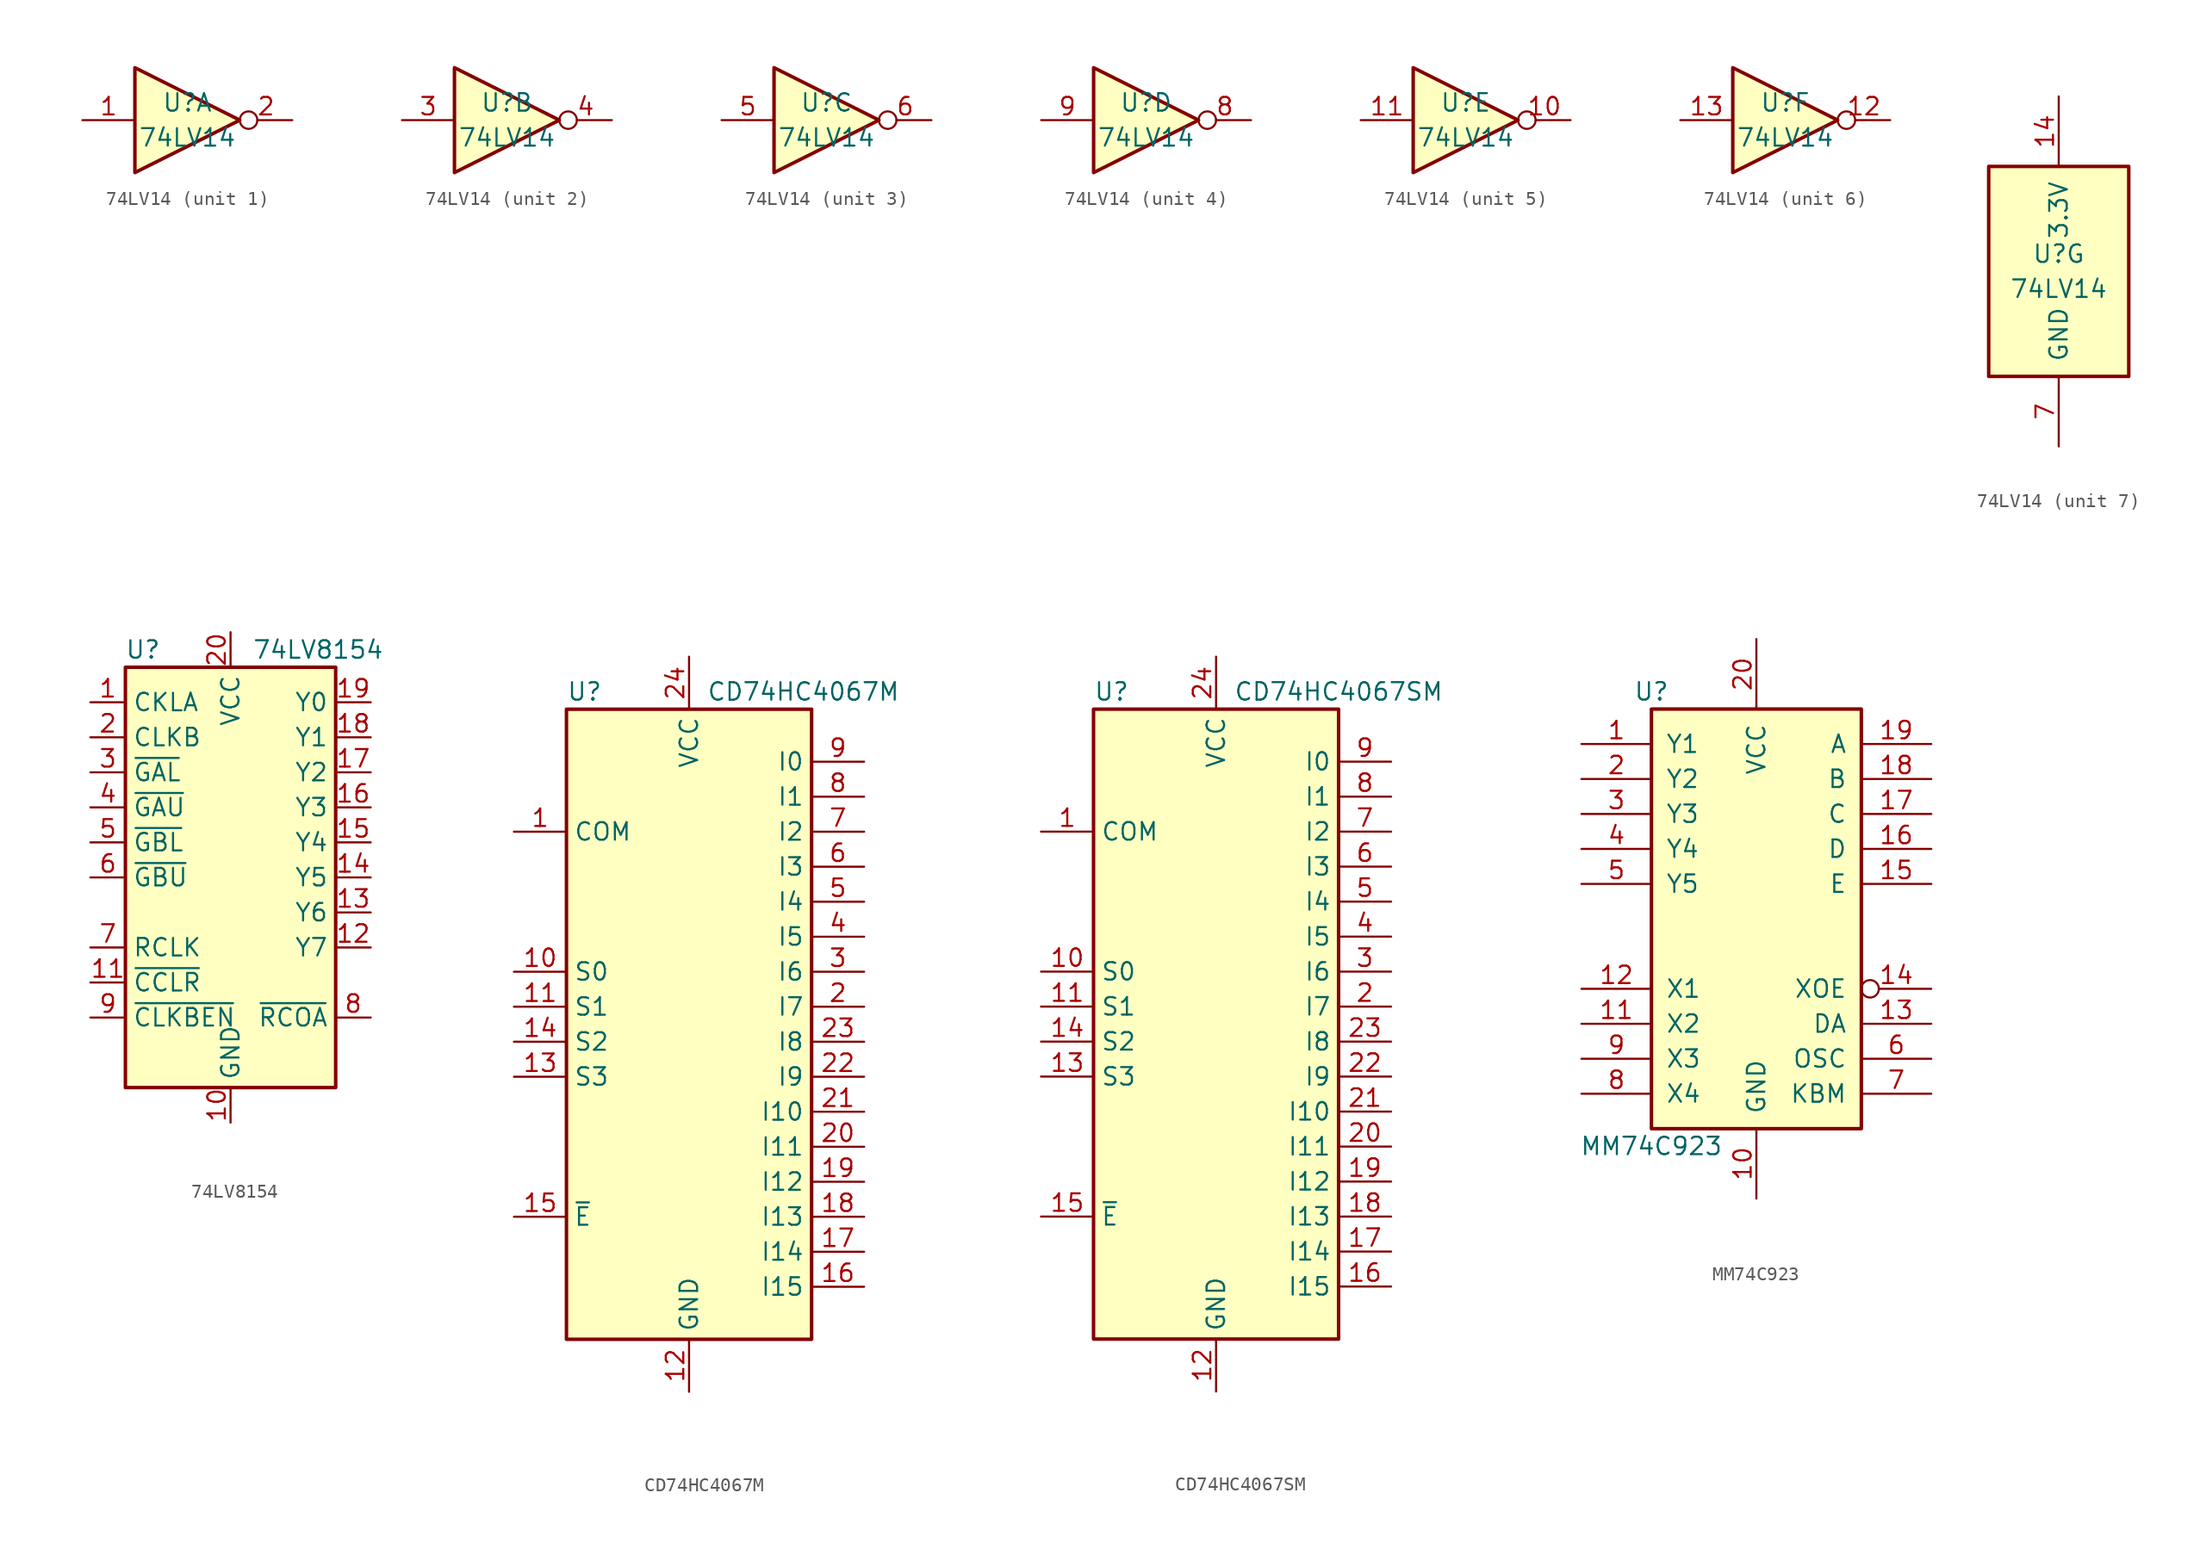
<source format=kicad_sym>
(kicad_symbol_lib
  (version 20201005)
  (generator kicad_symbol_editor)
  (symbol "74LV14"
    (pin_names
      (offset 1.016))
    (property "Reference" "U"
      (at 0 1.27 0)
      (effects (font (size 1.27 1.27))))
    (property "Value" "74LV14"
      (at 0 -1.27 0)
      (effects (font (size 1.27 1.27))))
    (property "ki_locked" ""
      (at 0 0 0)
      (effects (font (size 1.27 1.27))))
    (symbol "74LV14_1_0"
      (polyline (pts (xy -3.81 3.81) (xy -3.81 -3.81) (xy 3.81 0) (xy -3.81 3.81)) (stroke (width 0.254)) (fill (type background)))
      (pin input line (at -7.62 0 0) (length 3.81) (name "~" (effects (font (size 1.27 1.27)))) (number "1" (effects (font (size 1.27 1.27)))))
      (pin output inverted (at 7.62 0 180) (length 3.81) (name "~" (effects (font (size 1.27 1.27)))) (number "2" (effects (font (size 1.27 1.27))))))
    (symbol "74LV14_2_0"
      (polyline (pts (xy -3.81 3.81) (xy -3.81 -3.81) (xy 3.81 0) (xy -3.81 3.81)) (stroke (width 0.254)) (fill (type background)))
      (pin input line (at -7.62 0 0) (length 3.81) (name "~" (effects (font (size 1.27 1.27)))) (number "3" (effects (font (size 1.27 1.27)))))
      (pin output inverted (at 7.62 0 180) (length 3.81) (name "~" (effects (font (size 1.27 1.27)))) (number "4" (effects (font (size 1.27 1.27))))))
    (symbol "74LV14_3_0"
      (polyline (pts (xy -3.81 3.81) (xy -3.81 -3.81) (xy 3.81 0) (xy -3.81 3.81)) (stroke (width 0.254)) (fill (type background)))
      (pin input line (at -7.62 0 0) (length 3.81) (name "~" (effects (font (size 1.27 1.27)))) (number "5" (effects (font (size 1.27 1.27)))))
      (pin output inverted (at 7.62 0 180) (length 3.81) (name "~" (effects (font (size 1.27 1.27)))) (number "6" (effects (font (size 1.27 1.27))))))
    (symbol "74LV14_4_0"
      (polyline (pts (xy -3.81 3.81) (xy -3.81 -3.81) (xy 3.81 0) (xy -3.81 3.81)) (stroke (width 0.254)) (fill (type background)))
      (pin output inverted (at 7.62 0 180) (length 3.81) (name "~" (effects (font (size 1.27 1.27)))) (number "8" (effects (font (size 1.27 1.27)))))
      (pin input line (at -7.62 0 0) (length 3.81) (name "~" (effects (font (size 1.27 1.27)))) (number "9" (effects (font (size 1.27 1.27))))))
    (symbol "74LV14_5_0"
      (polyline (pts (xy -3.81 3.81) (xy -3.81 -3.81) (xy 3.81 0) (xy -3.81 3.81)) (stroke (width 0.254)) (fill (type background)))
      (pin output inverted (at 7.62 0 180) (length 3.81) (name "~" (effects (font (size 1.27 1.27)))) (number "10" (effects (font (size 1.27 1.27)))))
      (pin input line (at -7.62 0 0) (length 3.81) (name "~" (effects (font (size 1.27 1.27)))) (number "11" (effects (font (size 1.27 1.27))))))
    (symbol "74LV14_6_0"
      (polyline (pts (xy -3.81 3.81) (xy -3.81 -3.81) (xy 3.81 0) (xy -3.81 3.81)) (stroke (width 0.254)) (fill (type background)))
      (pin output inverted (at 7.62 0 180) (length 3.81) (name "~" (effects (font (size 1.27 1.27)))) (number "12" (effects (font (size 1.27 1.27)))))
      (pin input line (at -7.62 0 0) (length 3.81) (name "~" (effects (font (size 1.27 1.27)))) (number "13" (effects (font (size 1.27 1.27))))))
    (symbol "74LV14_7_0"
      (pin power_in line (at 0 12.7 270) (length 5.08) (name "3.3V" (effects (font (size 1.27 1.27)))) (number "14" (effects (font (size 1.27 1.27)))))
      (pin power_in line (at 0 -12.7 90) (length 5.08) (name "GND" (effects (font (size 1.27 1.27)))) (number "7" (effects (font (size 1.27 1.27))))))
    (symbol "74LV14_7_1"
      (rectangle (start -5.08 7.62) (end 5.08 -7.62) (stroke (width 0.254)) (fill (type background)))))
  (symbol "74LV8154"
    (property "Reference" "U"
      (at -6.35 16.51 0)
      (effects (font (size 1.27 1.27))))
    (property "Value" "74LV8154"
      (at 6.35 16.51 0)
      (effects (font (size 1.27 1.27))))
    (symbol "74LV8154_0_1"
      (rectangle (start -7.62 15.24) (end 7.62 -15.24) (stroke (width 0.254)) (fill (type background))))
    (symbol "74LV8154_1_1"
      (pin input line (at -10.16 12.7 0) (length 2.54) (name "CKLA" (effects (font (size 1.27 1.27)))) (number "1" (effects (font (size 1.27 1.27)))))
      (pin power_in line (at 0 -17.78 90) (length 2.54) (name "GND" (effects (font (size 1.27 1.27)))) (number "10" (effects (font (size 1.27 1.27)))))
      (pin input line (at -10.16 -7.62 0) (length 2.54) (name "~CCLR" (effects (font (size 1.27 1.27)))) (number "11" (effects (font (size 1.27 1.27)))))
      (pin output line (at 10.16 -5.08 180) (length 2.54) (name "Y7" (effects (font (size 1.27 1.27)))) (number "12" (effects (font (size 1.27 1.27)))))
      (pin output line (at 10.16 -2.54 180) (length 2.54) (name "Y6" (effects (font (size 1.27 1.27)))) (number "13" (effects (font (size 1.27 1.27)))))
      (pin output line (at 10.16 0 180) (length 2.54) (name "Y5" (effects (font (size 1.27 1.27)))) (number "14" (effects (font (size 1.27 1.27)))))
      (pin output line (at 10.16 2.54 180) (length 2.54) (name "Y4" (effects (font (size 1.27 1.27)))) (number "15" (effects (font (size 1.27 1.27)))))
      (pin output line (at 10.16 5.08 180) (length 2.54) (name "Y3" (effects (font (size 1.27 1.27)))) (number "16" (effects (font (size 1.27 1.27)))))
      (pin output line (at 10.16 7.62 180) (length 2.54) (name "Y2" (effects (font (size 1.27 1.27)))) (number "17" (effects (font (size 1.27 1.27)))))
      (pin output line (at 10.16 10.16 180) (length 2.54) (name "Y1" (effects (font (size 1.27 1.27)))) (number "18" (effects (font (size 1.27 1.27)))))
      (pin output line (at 10.16 12.7 180) (length 2.54) (name "Y0" (effects (font (size 1.27 1.27)))) (number "19" (effects (font (size 1.27 1.27)))))
      (pin input line (at -10.16 10.16 0) (length 2.54) (name "CLKB" (effects (font (size 1.27 1.27)))) (number "2" (effects (font (size 1.27 1.27)))))
      (pin power_in line (at 0 17.78 270) (length 2.54) (name "VCC" (effects (font (size 1.27 1.27)))) (number "20" (effects (font (size 1.27 1.27)))))
      (pin input line (at -10.16 7.62 0) (length 2.54) (name "~GAL" (effects (font (size 1.27 1.27)))) (number "3" (effects (font (size 1.27 1.27)))))
      (pin input line (at -10.16 5.08 0) (length 2.54) (name "~GAU" (effects (font (size 1.27 1.27)))) (number "4" (effects (font (size 1.27 1.27)))))
      (pin input line (at -10.16 2.54 0) (length 2.54) (name "~GBL" (effects (font (size 1.27 1.27)))) (number "5" (effects (font (size 1.27 1.27)))))
      (pin input line (at -10.16 0 0) (length 2.54) (name "~GBU" (effects (font (size 1.27 1.27)))) (number "6" (effects (font (size 1.27 1.27)))))
      (pin input line (at -10.16 -5.08 0) (length 2.54) (name "RCLK" (effects (font (size 1.27 1.27)))) (number "7" (effects (font (size 1.27 1.27)))))
      (pin output line (at 10.16 -10.16 180) (length 2.54) (name "~RCOA" (effects (font (size 1.27 1.27)))) (number "8" (effects (font (size 1.27 1.27)))))
      (pin input line (at -10.16 -10.16 0) (length 2.54) (name "~CLKBEN" (effects (font (size 1.27 1.27)))) (number "9" (effects (font (size 1.27 1.27)))))))
  (symbol "CD74HC4067M"
    (property "Reference" "U"
      (at -8.89 22.86 0)
      (effects (font (size 1.27 1.27)) (justify left)))
    (property "Value" "CD74HC4067M"
      (at 1.27 22.86 0)
      (effects (font (size 1.27 1.27)) (justify left)))
    (symbol "CD74HC4067M_0_1"
      (rectangle (start -8.89 21.59) (end 8.89 -24.13) (stroke (width 0.254)) (fill (type background))))
    (symbol "CD74HC4067M_1_1"
      (pin passive line (at -12.7 12.7 0) (length 3.81) (name "COM" (effects (font (size 1.27 1.27)))) (number "1" (effects (font (size 1.27 1.27)))))
      (pin input line (at -12.7 2.54 0) (length 3.81) (name "S0" (effects (font (size 1.27 1.27)))) (number "10" (effects (font (size 1.27 1.27)))))
      (pin input line (at -12.7 0 0) (length 3.81) (name "S1" (effects (font (size 1.27 1.27)))) (number "11" (effects (font (size 1.27 1.27)))))
      (pin power_in line (at 0 -27.94 90) (length 3.81) (name "GND" (effects (font (size 1.27 1.27)))) (number "12" (effects (font (size 1.27 1.27)))))
      (pin input line (at -12.7 -5.08 0) (length 3.81) (name "S3" (effects (font (size 1.27 1.27)))) (number "13" (effects (font (size 1.27 1.27)))))
      (pin input line (at -12.7 -2.54 0) (length 3.81) (name "S2" (effects (font (size 1.27 1.27)))) (number "14" (effects (font (size 1.27 1.27)))))
      (pin input line (at -12.7 -15.24 0) (length 3.81) (name "~E" (effects (font (size 1.27 1.27)))) (number "15" (effects (font (size 1.27 1.27)))))
      (pin passive line (at 12.7 -20.32 180) (length 3.81) (name "I15" (effects (font (size 1.27 1.27)))) (number "16" (effects (font (size 1.27 1.27)))))
      (pin passive line (at 12.7 -17.78 180) (length 3.81) (name "I14" (effects (font (size 1.27 1.27)))) (number "17" (effects (font (size 1.27 1.27)))))
      (pin passive line (at 12.7 -15.24 180) (length 3.81) (name "I13" (effects (font (size 1.27 1.27)))) (number "18" (effects (font (size 1.27 1.27)))))
      (pin passive line (at 12.7 -12.7 180) (length 3.81) (name "I12" (effects (font (size 1.27 1.27)))) (number "19" (effects (font (size 1.27 1.27)))))
      (pin passive line (at 12.7 0 180) (length 3.81) (name "I7" (effects (font (size 1.27 1.27)))) (number "2" (effects (font (size 1.27 1.27)))))
      (pin passive line (at 12.7 -10.16 180) (length 3.81) (name "I11" (effects (font (size 1.27 1.27)))) (number "20" (effects (font (size 1.27 1.27)))))
      (pin passive line (at 12.7 -7.62 180) (length 3.81) (name "I10" (effects (font (size 1.27 1.27)))) (number "21" (effects (font (size 1.27 1.27)))))
      (pin passive line (at 12.7 -5.08 180) (length 3.81) (name "I9" (effects (font (size 1.27 1.27)))) (number "22" (effects (font (size 1.27 1.27)))))
      (pin passive line (at 12.7 -2.54 180) (length 3.81) (name "I8" (effects (font (size 1.27 1.27)))) (number "23" (effects (font (size 1.27 1.27)))))
      (pin power_in line (at 0 25.4 270) (length 3.81) (name "VCC" (effects (font (size 1.27 1.27)))) (number "24" (effects (font (size 1.27 1.27)))))
      (pin passive line (at 12.7 2.54 180) (length 3.81) (name "I6" (effects (font (size 1.27 1.27)))) (number "3" (effects (font (size 1.27 1.27)))))
      (pin passive line (at 12.7 5.08 180) (length 3.81) (name "I5" (effects (font (size 1.27 1.27)))) (number "4" (effects (font (size 1.27 1.27)))))
      (pin passive line (at 12.7 7.62 180) (length 3.81) (name "I4" (effects (font (size 1.27 1.27)))) (number "5" (effects (font (size 1.27 1.27)))))
      (pin passive line (at 12.7 10.16 180) (length 3.81) (name "I3" (effects (font (size 1.27 1.27)))) (number "6" (effects (font (size 1.27 1.27)))))
      (pin passive line (at 12.7 12.7 180) (length 3.81) (name "I2" (effects (font (size 1.27 1.27)))) (number "7" (effects (font (size 1.27 1.27)))))
      (pin passive line (at 12.7 15.24 180) (length 3.81) (name "I1" (effects (font (size 1.27 1.27)))) (number "8" (effects (font (size 1.27 1.27)))))
      (pin passive line (at 12.7 17.78 180) (length 3.81) (name "I0" (effects (font (size 1.27 1.27)))) (number "9" (effects (font (size 1.27 1.27)))))))
  (symbol "CD74HC4067SM"
    (property "Reference" "U"
      (at -8.89 22.86 0)
      (effects (font (size 1.27 1.27)) (justify left)))
    (property "Value" "CD74HC4067SM"
      (at 1.27 22.86 0)
      (effects (font (size 1.27 1.27)) (justify left)))
    (symbol "CD74HC4067SM_0_1"
      (rectangle (start -8.89 21.59) (end 8.89 -24.13) (stroke (width 0.254)) (fill (type background))))
    (symbol "CD74HC4067SM_1_1"
      (pin passive line (at -12.7 12.7 0) (length 3.81) (name "COM" (effects (font (size 1.27 1.27)))) (number "1" (effects (font (size 1.27 1.27)))))
      (pin input line (at -12.7 2.54 0) (length 3.81) (name "S0" (effects (font (size 1.27 1.27)))) (number "10" (effects (font (size 1.27 1.27)))))
      (pin input line (at -12.7 0 0) (length 3.81) (name "S1" (effects (font (size 1.27 1.27)))) (number "11" (effects (font (size 1.27 1.27)))))
      (pin power_in line (at 0 -27.94 90) (length 3.81) (name "GND" (effects (font (size 1.27 1.27)))) (number "12" (effects (font (size 1.27 1.27)))))
      (pin input line (at -12.7 -5.08 0) (length 3.81) (name "S3" (effects (font (size 1.27 1.27)))) (number "13" (effects (font (size 1.27 1.27)))))
      (pin input line (at -12.7 -2.54 0) (length 3.81) (name "S2" (effects (font (size 1.27 1.27)))) (number "14" (effects (font (size 1.27 1.27)))))
      (pin input line (at -12.7 -15.24 0) (length 3.81) (name "~E" (effects (font (size 1.27 1.27)))) (number "15" (effects (font (size 1.27 1.27)))))
      (pin passive line (at 12.7 -20.32 180) (length 3.81) (name "I15" (effects (font (size 1.27 1.27)))) (number "16" (effects (font (size 1.27 1.27)))))
      (pin passive line (at 12.7 -17.78 180) (length 3.81) (name "I14" (effects (font (size 1.27 1.27)))) (number "17" (effects (font (size 1.27 1.27)))))
      (pin passive line (at 12.7 -15.24 180) (length 3.81) (name "I13" (effects (font (size 1.27 1.27)))) (number "18" (effects (font (size 1.27 1.27)))))
      (pin passive line (at 12.7 -12.7 180) (length 3.81) (name "I12" (effects (font (size 1.27 1.27)))) (number "19" (effects (font (size 1.27 1.27)))))
      (pin passive line (at 12.7 0 180) (length 3.81) (name "I7" (effects (font (size 1.27 1.27)))) (number "2" (effects (font (size 1.27 1.27)))))
      (pin passive line (at 12.7 -10.16 180) (length 3.81) (name "I11" (effects (font (size 1.27 1.27)))) (number "20" (effects (font (size 1.27 1.27)))))
      (pin passive line (at 12.7 -7.62 180) (length 3.81) (name "I10" (effects (font (size 1.27 1.27)))) (number "21" (effects (font (size 1.27 1.27)))))
      (pin passive line (at 12.7 -5.08 180) (length 3.81) (name "I9" (effects (font (size 1.27 1.27)))) (number "22" (effects (font (size 1.27 1.27)))))
      (pin passive line (at 12.7 -2.54 180) (length 3.81) (name "I8" (effects (font (size 1.27 1.27)))) (number "23" (effects (font (size 1.27 1.27)))))
      (pin power_in line (at 0 25.4 270) (length 3.81) (name "VCC" (effects (font (size 1.27 1.27)))) (number "24" (effects (font (size 1.27 1.27)))))
      (pin passive line (at 12.7 2.54 180) (length 3.81) (name "I6" (effects (font (size 1.27 1.27)))) (number "3" (effects (font (size 1.27 1.27)))))
      (pin passive line (at 12.7 5.08 180) (length 3.81) (name "I5" (effects (font (size 1.27 1.27)))) (number "4" (effects (font (size 1.27 1.27)))))
      (pin passive line (at 12.7 7.62 180) (length 3.81) (name "I4" (effects (font (size 1.27 1.27)))) (number "5" (effects (font (size 1.27 1.27)))))
      (pin passive line (at 12.7 10.16 180) (length 3.81) (name "I3" (effects (font (size 1.27 1.27)))) (number "6" (effects (font (size 1.27 1.27)))))
      (pin passive line (at 12.7 12.7 180) (length 3.81) (name "I2" (effects (font (size 1.27 1.27)))) (number "7" (effects (font (size 1.27 1.27)))))
      (pin passive line (at 12.7 15.24 180) (length 3.81) (name "I1" (effects (font (size 1.27 1.27)))) (number "8" (effects (font (size 1.27 1.27)))))
      (pin passive line (at 12.7 17.78 180) (length 3.81) (name "I0" (effects (font (size 1.27 1.27)))) (number "9" (effects (font (size 1.27 1.27)))))))
  (symbol "MM74C923"
    (pin_names
      (offset 1.016))
    (property "Reference" "U"
      (at -7.62 16.51 0)
      (effects (font (size 1.27 1.27))))
    (property "Value" "MM74C923"
      (at -7.62 -16.51 0)
      (effects (font (size 1.27 1.27))))
    (property "ki_locked" ""
      (at 0 0 0)
      (effects (font (size 1.27 1.27))))
    (symbol "MM74C923_1_0"
      (pin input line (at -12.7 12.7 0) (length 5.08) (name "Y1" (effects (font (size 1.27 1.27)))) (number "1" (effects (font (size 1.27 1.27)))))
      (pin power_in line (at 0 -20.32 90) (length 5.08) (name "GND" (effects (font (size 1.27 1.27)))) (number "10" (effects (font (size 1.27 1.27)))))
      (pin output line (at -12.7 -7.62 0) (length 5.08) (name "X2" (effects (font (size 1.27 1.27)))) (number "11" (effects (font (size 1.27 1.27)))))
      (pin output line (at -12.7 -5.08 0) (length 5.08) (name "X1" (effects (font (size 1.27 1.27)))) (number "12" (effects (font (size 1.27 1.27)))))
      (pin output line (at 12.7 -7.62 180) (length 5.08) (name "DA" (effects (font (size 1.27 1.27)))) (number "13" (effects (font (size 1.27 1.27)))))
      (pin input inverted (at 12.7 -5.08 180) (length 5.08) (name "XOE" (effects (font (size 1.27 1.27)))) (number "14" (effects (font (size 1.27 1.27)))))
      (pin tri_state line (at 12.7 2.54 180) (length 5.08) (name "E" (effects (font (size 1.27 1.27)))) (number "15" (effects (font (size 1.27 1.27)))))
      (pin tri_state line (at 12.7 5.08 180) (length 5.08) (name "D" (effects (font (size 1.27 1.27)))) (number "16" (effects (font (size 1.27 1.27)))))
      (pin tri_state line (at 12.7 7.62 180) (length 5.08) (name "C" (effects (font (size 1.27 1.27)))) (number "17" (effects (font (size 1.27 1.27)))))
      (pin tri_state line (at 12.7 10.16 180) (length 5.08) (name "B" (effects (font (size 1.27 1.27)))) (number "18" (effects (font (size 1.27 1.27)))))
      (pin tri_state line (at 12.7 12.7 180) (length 5.08) (name "A" (effects (font (size 1.27 1.27)))) (number "19" (effects (font (size 1.27 1.27)))))
      (pin input line (at -12.7 10.16 0) (length 5.08) (name "Y2" (effects (font (size 1.27 1.27)))) (number "2" (effects (font (size 1.27 1.27)))))
      (pin power_in line (at 0 20.32 270) (length 5.08) (name "VCC" (effects (font (size 1.27 1.27)))) (number "20" (effects (font (size 1.27 1.27)))))
      (pin input line (at -12.7 7.62 0) (length 5.08) (name "Y3" (effects (font (size 1.27 1.27)))) (number "3" (effects (font (size 1.27 1.27)))))
      (pin input line (at -12.7 5.08 0) (length 5.08) (name "Y4" (effects (font (size 1.27 1.27)))) (number "4" (effects (font (size 1.27 1.27)))))
      (pin input line (at -12.7 2.54 0) (length 5.08) (name "Y5" (effects (font (size 1.27 1.27)))) (number "5" (effects (font (size 1.27 1.27)))))
      (pin input line (at 12.7 -10.16 180) (length 5.08) (name "OSC" (effects (font (size 1.27 1.27)))) (number "6" (effects (font (size 1.27 1.27)))))
      (pin input line (at 12.7 -12.7 180) (length 5.08) (name "KBM" (effects (font (size 1.27 1.27)))) (number "7" (effects (font (size 1.27 1.27)))))
      (pin output line (at -12.7 -12.7 0) (length 5.08) (name "X4" (effects (font (size 1.27 1.27)))) (number "8" (effects (font (size 1.27 1.27)))))
      (pin output line (at -12.7 -10.16 0) (length 5.08) (name "X3" (effects (font (size 1.27 1.27)))) (number "9" (effects (font (size 1.27 1.27))))))
    (symbol "MM74C923_1_1"
      (rectangle (start -7.62 15.24) (end 7.62 -15.24) (stroke (width 0.254)) (fill (type background))))))
</source>
